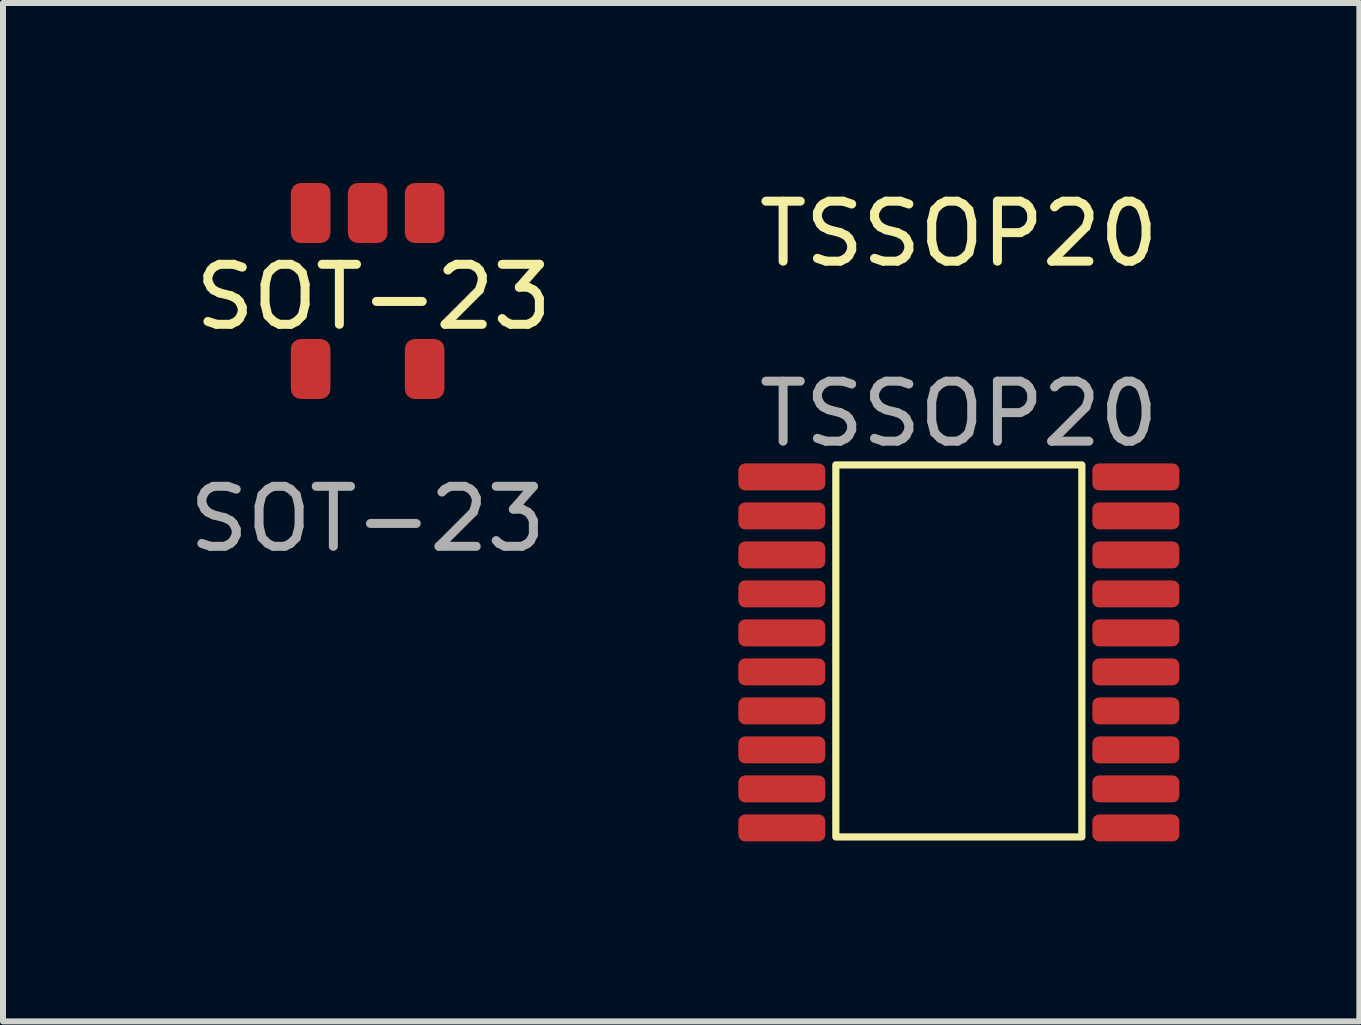
<source format=kicad_pcb>
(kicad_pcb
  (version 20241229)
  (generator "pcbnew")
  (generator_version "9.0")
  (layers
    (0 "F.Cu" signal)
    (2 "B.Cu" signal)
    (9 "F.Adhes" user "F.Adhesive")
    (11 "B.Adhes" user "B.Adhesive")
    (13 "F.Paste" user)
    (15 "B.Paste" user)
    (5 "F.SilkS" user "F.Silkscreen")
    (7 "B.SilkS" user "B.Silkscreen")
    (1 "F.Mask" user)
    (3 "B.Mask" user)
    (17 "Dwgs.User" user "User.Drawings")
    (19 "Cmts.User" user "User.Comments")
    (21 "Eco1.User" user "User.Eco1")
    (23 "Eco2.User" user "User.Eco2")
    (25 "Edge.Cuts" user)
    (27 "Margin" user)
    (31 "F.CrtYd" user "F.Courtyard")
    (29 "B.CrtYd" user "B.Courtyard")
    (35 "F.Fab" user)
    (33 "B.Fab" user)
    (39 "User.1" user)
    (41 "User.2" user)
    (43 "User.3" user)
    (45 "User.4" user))
  (footprint "SOT-23"
    (layer "F.Cu")
    (at 3.077 3.1)
    (property "Reference" "SOT-23" (at 0.1 -1.2 0) (unlocked yes) (layer "F.SilkS") (effects (font (size 1 1) (thickness 0.15))))
    (attr smd)
    (fp_text user "${REFERENCE}" (at 0 2.5 0) (unlocked yes) (layer "F.Fab") (effects (font (size 1 1) (thickness 0.15))))
    (pad "1" smd roundrect (at 0.95 -2.6) (size 0.66 1) (layers "F.Cu" "F.Mask" "F.Paste") (roundrect_rratio 0.25))
    (pad "2" smd roundrect (at 0 -2.6) (size 0.66 1) (layers "F.Cu" "F.Mask" "F.Paste") (roundrect_rratio 0.25))
    (pad "3" smd roundrect (at -0.95 -2.6) (size 0.66 1) (layers "F.Cu" "F.Mask" "F.Paste") (roundrect_rratio 0.25))
    (pad "4" smd roundrect (at -0.95 0) (size 0.66 1) (layers "F.Cu" "F.Mask" "F.Paste") (roundrect_rratio 0.25))
    (pad "5" smd roundrect (at 0.95 0) (size 0.66 1) (layers "F.Cu" "F.Mask" "F.Paste") (roundrect_rratio 0.25)))
  (footprint "TSSOP20"
    (layer "F.Cu")
    (at 12.93 7.698)
    (property "Reference" "TSSOP20" (at 0 -6.85 0) (unlocked yes) (layer "F.SilkS") (effects (font (size 1 1) (thickness 0.15))))
    (attr smd)
    (fp_rect (start -2.05 -3) (end 2.05 3.2) (stroke (width 0.12) (type solid)) (fill no) (layer "F.SilkS"))
    (fp_text user "${REFERENCE}" (at 0 -3.85 0) (unlocked yes) (layer "F.Fab") (effects (font (size 1 1) (thickness 0.15))))
    (pad "1" smd roundrect (at -2.95 -2.8) (size 1.45 0.45) (layers "F.Cu" "F.Mask" "F.Paste") (roundrect_rratio 0.25))
    (pad "2" smd roundrect (at -2.95 -2.15) (size 1.45 0.45) (layers "F.Cu" "F.Mask" "F.Paste") (roundrect_rratio 0.25))
    (pad "3" smd roundrect (at -2.95 -1.5) (size 1.45 0.45) (layers "F.Cu" "F.Mask" "F.Paste") (roundrect_rratio 0.25))
    (pad "4" smd roundrect (at -2.95 -0.85) (size 1.45 0.45) (layers "F.Cu" "F.Mask" "F.Paste") (roundrect_rratio 0.25))
    (pad "5" smd roundrect (at -2.95 -0.2) (size 1.45 0.45) (layers "F.Cu" "F.Mask" "F.Paste") (roundrect_rratio 0.25))
    (pad "6" smd roundrect (at -2.95 0.45) (size 1.45 0.45) (layers "F.Cu" "F.Mask" "F.Paste") (roundrect_rratio 0.25))
    (pad "7" smd roundrect (at -2.95 1.1 180) (size 1.45 0.45) (layers "F.Cu" "F.Mask" "F.Paste") (roundrect_rratio 0.25))
    (pad "8" smd roundrect (at -2.95 1.75 180) (size 1.45 0.45) (layers "F.Cu" "F.Mask" "F.Paste") (roundrect_rratio 0.25))
    (pad "9" smd roundrect (at -2.95 2.4 180) (size 1.45 0.45) (layers "F.Cu" "F.Mask" "F.Paste") (roundrect_rratio 0.25))
    (pad "10" smd roundrect (at -2.95 3.05 180) (size 1.45 0.45) (layers "F.Cu" "F.Mask" "F.Paste") (roundrect_rratio 0.25))
    (pad "11" smd roundrect (at 2.95 3.05 180) (size 1.45 0.45) (layers "F.Cu" "F.Mask" "F.Paste") (roundrect_rratio 0.25))
    (pad "12" smd roundrect (at 2.95 2.4 180) (size 1.45 0.45) (layers "F.Cu" "F.Mask" "F.Paste") (roundrect_rratio 0.25))
    (pad "13" smd roundrect (at 2.95 1.75 180) (size 1.45 0.45) (layers "F.Cu" "F.Mask" "F.Paste") (roundrect_rratio 0.25))
    (pad "14" smd roundrect (at 2.95 1.1 180) (size 1.45 0.45) (layers "F.Cu" "F.Mask" "F.Paste") (roundrect_rratio 0.25))
    (pad "15" smd roundrect (at 2.95 0.45) (size 1.45 0.45) (layers "F.Cu" "F.Mask" "F.Paste") (roundrect_rratio 0.25))
    (pad "16" smd roundrect (at 2.95 -0.2) (size 1.45 0.45) (layers "F.Cu" "F.Mask" "F.Paste") (roundrect_rratio 0.25))
    (pad "17" smd roundrect (at 2.95 -0.85) (size 1.45 0.45) (layers "F.Cu" "F.Mask" "F.Paste") (roundrect_rratio 0.25))
    (pad "18" smd roundrect (at 2.95 -1.5) (size 1.45 0.45) (layers "F.Cu" "F.Mask" "F.Paste") (roundrect_rratio 0.25))
    (pad "19" smd roundrect (at 2.95 -2.15) (size 1.45 0.45) (layers "F.Cu" "F.Mask" "F.Paste") (roundrect_rratio 0.25))
    (pad "20" smd roundrect (at 2.95 -2.8) (size 1.45 0.45) (layers "F.Cu" "F.Mask" "F.Paste") (roundrect_rratio 0.25)))
  (gr_rect
    (start -3 -3)
    (end 19.605 13.973)
    (stroke (width 0.1) (type default))
    (fill no)
    (layer "Edge.Cuts")))
</source>
